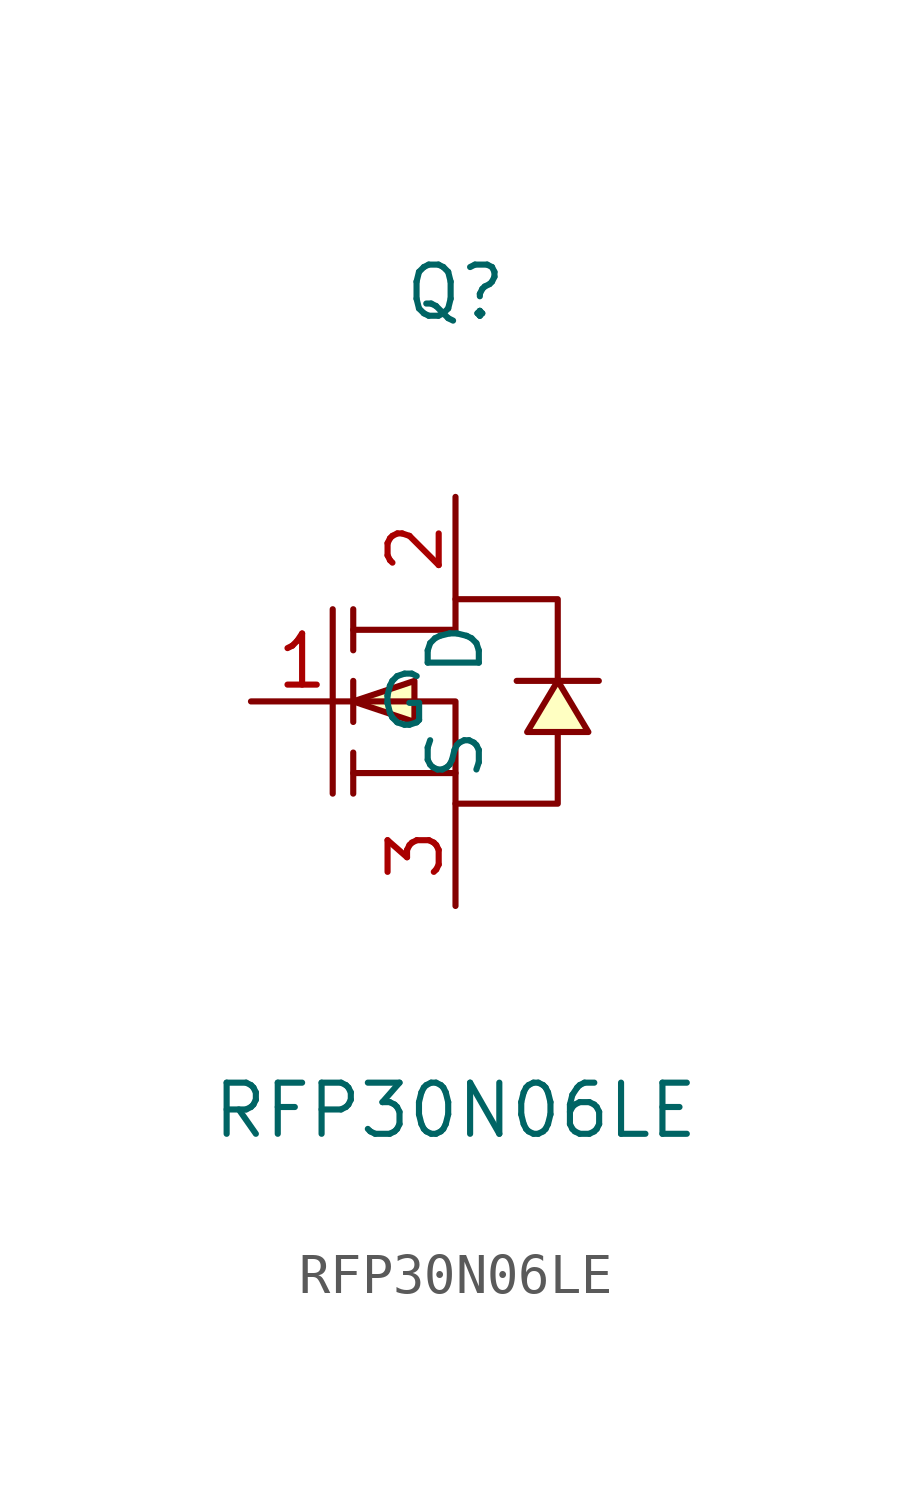
<source format=kicad_sym>
(kicad_symbol_lib
  (version 20211014)
  (generator https://github.com/uPesy/easyeda2kicad.py)
  (symbol "RFP30N06LE"
    (property "Reference" "Q"
      (at 0 10.16 0)
      (effects (font (size 1.27 1.27))))
    (property "Value" "RFP30N06LE"
      (at 0 -10.16 0)
      (effects (font (size 1.27 1.27))))
    (symbol "RFP30N06LE_0_1"
      (polyline (pts (xy -2.54 1.78) (xy 0.00 1.78) (xy 0.00 2.54) (xy 2.54 2.54) (xy 2.54 0.51)) (stroke (width 0) (type default) (color 0 0 0 0)) (fill (type none)))
      (polyline (pts (xy -2.54 -0.00) (xy 0.00 -0.00) (xy 0.00 -2.54) (xy 2.54 -2.54) (xy 2.54 -0.76)) (stroke (width 0) (type default) (color 0 0 0 0)) (fill (type none)))
      (polyline (pts (xy 0.00 -1.78) (xy -2.54 -1.78)) (stroke (width 0) (type default) (color 0 0 0 0)) (fill (type none)))
      (polyline (pts (xy -3.05 2.29) (xy -3.05 -2.29)) (stroke (width 0) (type default) (color 0 0 0 0)) (fill (type none)))
      (polyline (pts (xy -2.54 2.29) (xy -2.54 1.27)) (stroke (width 0) (type default) (color 0 0 0 0)) (fill (type none)))
      (polyline (pts (xy -2.54 -0.51) (xy -2.54 0.51)) (stroke (width 0) (type default) (color 0 0 0 0)) (fill (type none)))
      (polyline (pts (xy -2.54 -2.29) (xy -2.54 -1.27)) (stroke (width 0) (type default) (color 0 0 0 0)) (fill (type none)))
      (polyline (pts (xy 3.56 0.51) (xy 3.05 0.51) (xy 2.03 0.51) (xy 1.52 0.51)) (stroke (width 0) (type default) (color 0 0 0 0)) (fill (type none)))
      (polyline (pts (xy -2.54 -0.00) (xy -1.02 -0.51) (xy -1.02 0.51) (xy -2.54 -0.00)) (stroke (width 0) (type default) (color 0 0 0 0)) (fill (type background)))
      (polyline (pts (xy 2.54 0.51) (xy 1.78 -0.76) (xy 3.30 -0.76) (xy 2.54 0.51)) (stroke (width 0) (type default) (color 0 0 0 0)) (fill (type background)))
      (pin unspecified line (at 0.00 5.08 270) (length 2.54) (name "D" (effects (font (size 1.27 1.27)))) (number "2" (effects (font (size 1.27 1.27)))))
      (pin unspecified line (at -5.08 -0.00 0) (length 2.54) (name "G" (effects (font (size 1.27 1.27)))) (number "1" (effects (font (size 1.27 1.27)))))
      (pin unspecified line (at 0.00 -5.08 90) (length 2.54) (name "S" (effects (font (size 1.27 1.27)))) (number "3" (effects (font (size 1.27 1.27))))))))
</source>
